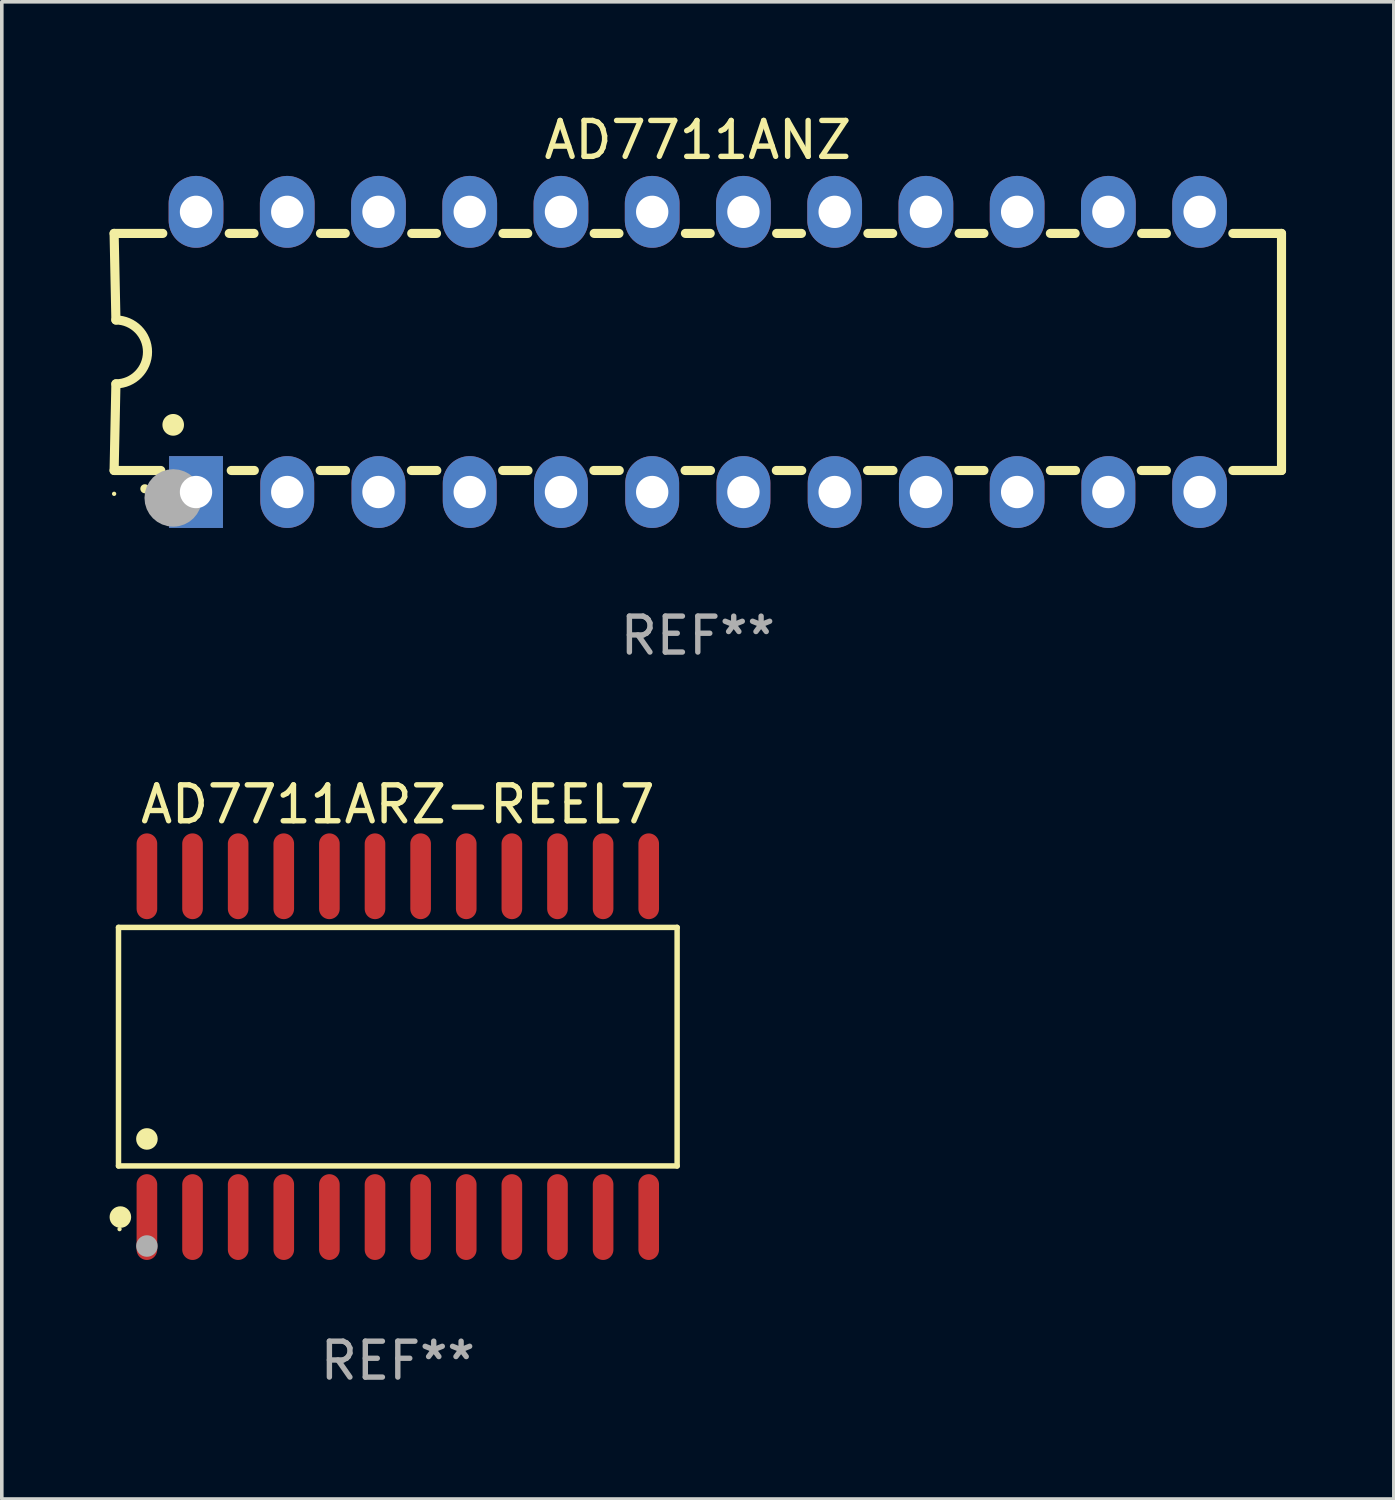
<source format=kicad_pcb>
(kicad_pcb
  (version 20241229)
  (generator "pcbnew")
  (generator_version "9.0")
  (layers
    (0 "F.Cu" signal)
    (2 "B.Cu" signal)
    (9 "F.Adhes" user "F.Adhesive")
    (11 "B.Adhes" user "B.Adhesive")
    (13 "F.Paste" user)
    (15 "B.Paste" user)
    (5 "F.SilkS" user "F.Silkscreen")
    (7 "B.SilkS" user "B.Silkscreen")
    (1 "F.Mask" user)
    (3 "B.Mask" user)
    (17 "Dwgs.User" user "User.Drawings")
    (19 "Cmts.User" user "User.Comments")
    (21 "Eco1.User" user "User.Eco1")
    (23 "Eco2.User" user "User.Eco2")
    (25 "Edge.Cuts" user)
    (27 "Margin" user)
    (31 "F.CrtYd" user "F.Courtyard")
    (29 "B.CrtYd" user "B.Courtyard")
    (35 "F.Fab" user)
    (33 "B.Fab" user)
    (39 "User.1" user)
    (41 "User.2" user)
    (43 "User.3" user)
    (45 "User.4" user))
  (footprint "AD7711ANZ"
    (layer "F.Cu")
    (at 16.377 6.748)
    (property "Reference" "AD7711ANZ" (at 0 -5.9 0) (layer "F.SilkS") (effects (font (size 1 1) (thickness 0.15))))
    (attr through_hole)
    (fp_line (start -16.25 -3.3) (end -16.2 -0.889) (stroke (width 0.254) (type solid)) (layer "F.SilkS"))
    (fp_line (start -16.25 -3.3) (end -14.895 -3.3) (stroke (width 0.254) (type solid)) (layer "F.SilkS"))
    (fp_line (start -16.25 3.3) (end -16.2 0.889) (stroke (width 0.254) (type solid)) (layer "F.SilkS"))
    (fp_line (start -16.25 3.3) (end -14.951 3.3) (stroke (width 0.254) (type solid)) (layer "F.SilkS"))
    (fp_line (start -13.045 -3.3) (end -12.355 -3.3) (stroke (width 0.254) (type solid)) (layer "F.SilkS"))
    (fp_line (start -12.989 3.3) (end -12.347 3.3) (stroke (width 0.254) (type solid)) (layer "F.SilkS"))
    (fp_line (start -10.514 3.3) (end -9.807 3.3) (stroke (width 0.254) (type solid)) (layer "F.SilkS"))
    (fp_line (start -10.505 -3.3) (end -9.815 -3.3) (stroke (width 0.254) (type solid)) (layer "F.SilkS"))
    (fp_line (start -7.974 3.3) (end -7.267 3.3) (stroke (width 0.254) (type solid)) (layer "F.SilkS"))
    (fp_line (start -7.965 -3.3) (end -7.275 -3.3) (stroke (width 0.254) (type solid)) (layer "F.SilkS"))
    (fp_line (start -5.434 3.3) (end -4.727 3.3) (stroke (width 0.254) (type solid)) (layer "F.SilkS"))
    (fp_line (start -5.425 -3.3) (end -4.735 -3.3) (stroke (width 0.254) (type solid)) (layer "F.SilkS"))
    (fp_line (start -2.894 3.3) (end -2.187 3.3) (stroke (width 0.254) (type solid)) (layer "F.SilkS"))
    (fp_line (start -2.885 -3.3) (end -2.195 -3.3) (stroke (width 0.254) (type solid)) (layer "F.SilkS"))
    (fp_line (start -0.354 3.3) (end 0.353 3.3) (stroke (width 0.254) (type solid)) (layer "F.SilkS"))
    (fp_line (start -0.345 -3.3) (end 0.345 -3.3) (stroke (width 0.254) (type solid)) (layer "F.SilkS"))
    (fp_line (start 2.186 3.3) (end 2.893 3.3) (stroke (width 0.254) (type solid)) (layer "F.SilkS"))
    (fp_line (start 2.195 -3.3) (end 2.885 -3.3) (stroke (width 0.254) (type solid)) (layer "F.SilkS"))
    (fp_line (start 4.726 3.3) (end 5.434 3.3) (stroke (width 0.254) (type solid)) (layer "F.SilkS"))
    (fp_line (start 4.735 -3.3) (end 5.425 -3.3) (stroke (width 0.254) (type solid)) (layer "F.SilkS"))
    (fp_line (start 7.266 3.3) (end 7.965 3.3) (stroke (width 0.254) (type solid)) (layer "F.SilkS"))
    (fp_line (start 7.275 -3.3) (end 7.965 -3.3) (stroke (width 0.254) (type solid)) (layer "F.SilkS"))
    (fp_line (start 9.815 -3.3) (end 10.505 -3.3) (stroke (width 0.254) (type solid)) (layer "F.SilkS"))
    (fp_line (start 9.815 3.3) (end 10.514 3.3) (stroke (width 0.254) (type solid)) (layer "F.SilkS"))
    (fp_line (start 12.346 3.3) (end 13.045 3.3) (stroke (width 0.254) (type solid)) (layer "F.SilkS"))
    (fp_line (start 12.355 -3.3) (end 13.045 -3.3) (stroke (width 0.254) (type solid)) (layer "F.SilkS"))
    (fp_line (start 16.25 -3.3) (end 14.895 -3.3) (stroke (width 0.254) (type solid)) (layer "F.SilkS"))
    (fp_line (start 16.25 -3.3) (end 16.25 3.3) (stroke (width 0.254) (type solid)) (layer "F.SilkS"))
    (fp_line (start 16.25 3.3) (end 14.895 3.3) (stroke (width 0.254) (type solid)) (layer "F.SilkS"))
    (fp_arc (start -16.201016 -0.890146) (mid -15.311429 -0.001055) (end -16.200025 0.889027) (stroke (width 0.254001) (type solid)) (layer "F.SilkS"))
    (fp_arc (start -15.394971 3.810033) (mid -15.394978 3.808763) (end -15.394971 3.807493) (stroke (width 0.25) (type solid)) (layer "F.SilkS"))
    (fp_arc (start -14.605029 2.032029) (mid -14.60504 2.029489) (end -14.605029 2.026949) (stroke (width 0.6) (type solid)) (layer "F.SilkS"))
    (fp_circle (center -16.25 3.95) (end -16.22 3.95) (stroke (width 0.06) (type solid)) (fill no) (layer "F.SilkS"))
    (fp_circle (center -14.605 4.064) (end -14.205 4.064) (stroke (width 0.8) (type solid)) (fill no) (layer "F.Fab"))
    (fp_text user "REF**" (at 0 7.9 0) (layer "F.Fab") (effects (font (size 1 1) (thickness 0.15))))
    (pad "1" thru_hole rect (at -13.97 3.9 90) (size 2 1.5) (drill 0.9) (layers "*.Cu" "*.Mask"))
    (pad "2" thru_hole oval (at -11.43 3.9 90) (size 2 1.5) (drill 0.9) (layers "*.Cu" "*.Mask"))
    (pad "3" thru_hole oval (at -8.89 3.9 90) (size 2 1.5) (drill 0.9) (layers "*.Cu" "*.Mask"))
    (pad "4" thru_hole oval (at -6.35 3.9 90) (size 2 1.5) (drill 0.9) (layers "*.Cu" "*.Mask"))
    (pad "5" thru_hole oval (at -3.81 3.9 90) (size 2 1.5) (drill 0.9) (layers "*.Cu" "*.Mask"))
    (pad "6" thru_hole oval (at -1.27 3.9 90) (size 2 1.5) (drill 0.9) (layers "*.Cu" "*.Mask"))
    (pad "7" thru_hole oval (at 1.27 3.9 90) (size 2 1.5) (drill 0.9) (layers "*.Cu" "*.Mask"))
    (pad "8" thru_hole oval (at 3.81 3.9 90) (size 2 1.5) (drill 0.9) (layers "*.Cu" "*.Mask"))
    (pad "9" thru_hole oval (at 6.35 3.9 90) (size 2 1.5) (drill 0.9) (layers "*.Cu" "*.Mask"))
    (pad "10" thru_hole oval (at 8.89 3.9 90) (size 2 1.524) (drill 0.9) (layers "*.Cu" "*.Mask"))
    (pad "11" thru_hole oval (at 11.43 3.9 90) (size 2 1.5) (drill 0.9) (layers "*.Cu" "*.Mask"))
    (pad "12" thru_hole oval (at 13.97 3.9 90) (size 2 1.524) (drill 0.9) (layers "*.Cu" "*.Mask"))
    (pad "13" thru_hole oval (at 13.97 -3.9 90) (size 2 1.524) (drill 0.9) (layers "*.Cu" "*.Mask"))
    (pad "14" thru_hole oval (at 11.43 -3.9 90) (size 2 1.524) (drill 0.9) (layers "*.Cu" "*.Mask"))
    (pad "15" thru_hole oval (at 8.89 -3.9 90) (size 2 1.524) (drill 0.9) (layers "*.Cu" "*.Mask"))
    (pad "16" thru_hole oval (at 6.35 -3.9 90) (size 2 1.524) (drill 0.9) (layers "*.Cu" "*.Mask"))
    (pad "17" thru_hole oval (at 3.81 -3.9 90) (size 2 1.524) (drill 0.9) (layers "*.Cu" "*.Mask"))
    (pad "18" thru_hole oval (at 1.27 -3.9 90) (size 2 1.524) (drill 0.9) (layers "*.Cu" "*.Mask"))
    (pad "19" thru_hole oval (at -1.27 -3.9 90) (size 2 1.524) (drill 0.9) (layers "*.Cu" "*.Mask"))
    (pad "20" thru_hole oval (at -3.81 -3.9 90) (size 2 1.524) (drill 0.9) (layers "*.Cu" "*.Mask"))
    (pad "21" thru_hole oval (at -6.35 -3.9 90) (size 2 1.524) (drill 0.9) (layers "*.Cu" "*.Mask"))
    (pad "22" thru_hole oval (at -8.89 -3.9 90) (size 2 1.524) (drill 0.9) (layers "*.Cu" "*.Mask"))
    (pad "23" thru_hole oval (at -11.43 -3.9 90) (size 2 1.524) (drill 0.9) (layers "*.Cu" "*.Mask"))
    (pad "24" thru_hole oval (at -13.97 -3.9 90) (size 2 1.524) (drill 0.9) (layers "*.Cu" "*.Mask")))
  (footprint "AD7711ARZ-REEL7"
    (layer "F.Cu")
    (at 8.025 26.089)
    (property "Reference" "AD7711ARZ-REEL7" (at 0 -6.744 0) (layer "F.SilkS") (effects (font (size 1 1) (thickness 0.15))))
    (attr through_hole)
    (fp_line (start -7.776 -3.321) (end 7.776 -3.321) (stroke (width 0.152) (type solid)) (layer "F.SilkS"))
    (fp_line (start -7.776 3.321) (end -7.776 -3.321) (stroke (width 0.152) (type solid)) (layer "F.SilkS"))
    (fp_line (start 7.776 -3.321) (end 7.776 3.321) (stroke (width 0.152) (type solid)) (layer "F.SilkS"))
    (fp_line (start 7.776 3.321) (end -7.776 3.321) (stroke (width 0.152) (type solid)) (layer "F.SilkS"))
    (fp_circle (center -7.747 5.08) (end -7.717 5.08) (stroke (width 0.06) (type solid)) (fill no) (layer "F.SilkS"))
    (fp_circle (center -7.724 4.744) (end -7.574 4.744) (stroke (width 0.3) (type solid)) (fill no) (layer "F.SilkS"))
    (fp_circle (center -6.985 2.569) (end -6.835 2.569) (stroke (width 0.3) (type solid)) (fill no) (layer "F.SilkS"))
    (fp_circle (center -6.985 5.55) (end -6.835 5.55) (stroke (width 0.3) (type solid)) (fill no) (layer "F.Fab"))
    (fp_text user "REF**" (at 0 8.744 0) (layer "F.Fab") (effects (font (size 1 1) (thickness 0.15))))
    (pad "1" smd oval (at -6.985 4.744) (size 0.574 2.388) (layers "F.Cu" "F.Mask" "F.Paste"))
    (pad "2" smd oval (at -5.715 4.744) (size 0.574 2.388) (layers "F.Cu" "F.Mask" "F.Paste"))
    (pad "3" smd oval (at -4.445 4.744) (size 0.574 2.388) (layers "F.Cu" "F.Mask" "F.Paste"))
    (pad "4" smd oval (at -3.175 4.744) (size 0.574 2.388) (layers "F.Cu" "F.Mask" "F.Paste"))
    (pad "5" smd oval (at -1.905 4.744) (size 0.574 2.388) (layers "F.Cu" "F.Mask" "F.Paste"))
    (pad "6" smd oval (at -0.635 4.744) (size 0.574 2.388) (layers "F.Cu" "F.Mask" "F.Paste"))
    (pad "7" smd oval (at 0.635 4.744) (size 0.574 2.388) (layers "F.Cu" "F.Mask" "F.Paste"))
    (pad "8" smd oval (at 1.905 4.744) (size 0.574 2.388) (layers "F.Cu" "F.Mask" "F.Paste"))
    (pad "9" smd oval (at 3.175 4.744) (size 0.574 2.388) (layers "F.Cu" "F.Mask" "F.Paste"))
    (pad "10" smd oval (at 4.445 4.744) (size 0.574 2.388) (layers "F.Cu" "F.Mask" "F.Paste"))
    (pad "11" smd oval (at 5.715 4.744) (size 0.574 2.388) (layers "F.Cu" "F.Mask" "F.Paste"))
    (pad "12" smd oval (at 6.985 4.744) (size 0.574 2.388) (layers "F.Cu" "F.Mask" "F.Paste"))
    (pad "13" smd oval (at 6.985 -4.744) (size 0.574 2.388) (layers "F.Cu" "F.Mask" "F.Paste"))
    (pad "14" smd oval (at 5.715 -4.744) (size 0.574 2.388) (layers "F.Cu" "F.Mask" "F.Paste"))
    (pad "15" smd oval (at 4.445 -4.744) (size 0.574 2.388) (layers "F.Cu" "F.Mask" "F.Paste"))
    (pad "16" smd oval (at 3.175 -4.744) (size 0.574 2.388) (layers "F.Cu" "F.Mask" "F.Paste"))
    (pad "17" smd oval (at 1.905 -4.744) (size 0.574 2.388) (layers "F.Cu" "F.Mask" "F.Paste"))
    (pad "18" smd oval (at 0.635 -4.744) (size 0.574 2.388) (layers "F.Cu" "F.Mask" "F.Paste"))
    (pad "19" smd oval (at -0.635 -4.744) (size 0.574 2.388) (layers "F.Cu" "F.Mask" "F.Paste"))
    (pad "20" smd oval (at -1.905 -4.744) (size 0.574 2.388) (layers "F.Cu" "F.Mask" "F.Paste"))
    (pad "21" smd oval (at -3.175 -4.744) (size 0.574 2.388) (layers "F.Cu" "F.Mask" "F.Paste"))
    (pad "22" smd oval (at -4.445 -4.744) (size 0.574 2.388) (layers "F.Cu" "F.Mask" "F.Paste"))
    (pad "23" smd oval (at -5.715 -4.744) (size 0.574 2.388) (layers "F.Cu" "F.Mask" "F.Paste"))
    (pad "24" smd oval (at -6.985 -4.744) (size 0.574 2.388) (layers "F.Cu" "F.Mask" "F.Paste")))
  (gr_rect
    (start -3 -3)
    (end 35.754 38.681)
    (stroke (width 0.1) (type default))
    (fill no)
    (layer "Edge.Cuts")))
</source>
